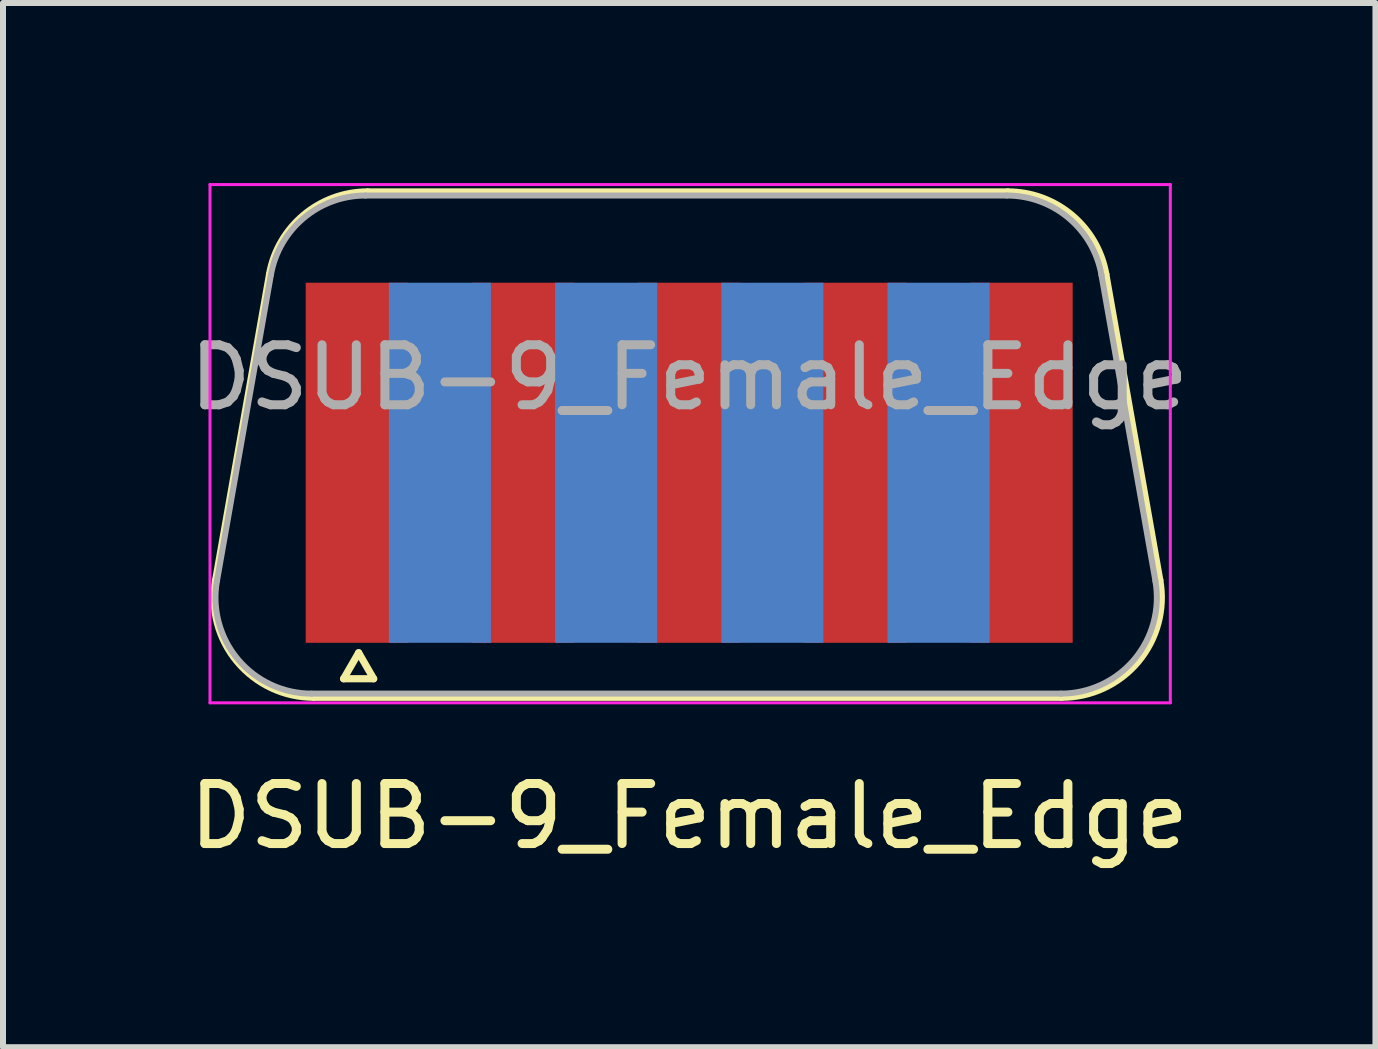
<source format=kicad_pcb>
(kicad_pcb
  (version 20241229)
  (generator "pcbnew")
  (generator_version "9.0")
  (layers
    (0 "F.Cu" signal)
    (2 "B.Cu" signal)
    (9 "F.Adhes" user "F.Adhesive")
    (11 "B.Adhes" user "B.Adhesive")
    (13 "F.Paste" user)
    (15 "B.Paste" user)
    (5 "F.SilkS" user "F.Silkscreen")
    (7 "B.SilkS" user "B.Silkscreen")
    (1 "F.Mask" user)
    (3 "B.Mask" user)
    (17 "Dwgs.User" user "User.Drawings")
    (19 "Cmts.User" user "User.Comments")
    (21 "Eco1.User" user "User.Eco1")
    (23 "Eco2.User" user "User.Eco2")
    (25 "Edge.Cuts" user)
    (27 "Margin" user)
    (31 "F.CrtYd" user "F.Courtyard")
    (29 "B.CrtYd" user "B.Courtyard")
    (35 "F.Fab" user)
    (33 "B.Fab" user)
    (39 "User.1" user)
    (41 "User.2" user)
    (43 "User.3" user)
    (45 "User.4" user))
  (footprint "DSUB-9_Female_Edge"
    (layer "F.Cu")
    (at 8.45 4.597)
    (property "Reference" "DSUB-9_Female_Edge" (at -0.015 5.954 180) (layer "F.SilkS") (effects (font (size 1 1) (thickness 0.15))))
    (attr through_hole)
    (fp_line (start -7.907 2.023) (end -7.008 -3.077) (stroke (width 0.12) (type solid)) (layer "F.SilkS"))
    (fp_line (start -5.774 3.663) (end -5.524 3.23) (stroke (width 0.12) (type solid)) (layer "F.SilkS"))
    (fp_line (start -5.524 3.23) (end -5.274 3.663) (stroke (width 0.12) (type solid)) (layer "F.SilkS"))
    (fp_line (start -5.274 3.663) (end -5.774 3.663) (stroke (width 0.12) (type solid)) (layer "F.SilkS"))
    (fp_line (start 5.292 -4.449) (end -5.373 -4.449) (stroke (width 0.12) (type solid)) (layer "F.SilkS"))
    (fp_line (start 6.191 3.971) (end -6.273 3.971) (stroke (width 0.12) (type solid)) (layer "F.SilkS"))
    (fp_line (start 7.826 2.023) (end 6.926 -3.077) (stroke (width 0.12) (type solid)) (layer "F.SilkS"))
    (fp_arc (start -7.008102 -3.077156) (mid -6.440349 -4.060534) (end -5.373321 -4.4489) (stroke (width 0.12) (type solid)) (layer "F.SilkS"))
    (fp_arc (start -6.272589 3.9711) (mid -7.544223 3.378127) (end -7.90737 2.022844) (stroke (width 0.12) (type solid)) (layer "F.SilkS"))
    (fp_arc (start 5.291521 -4.4489) (mid 6.358548 -4.060534) (end 6.926302 -3.077156) (stroke (width 0.12) (type solid)) (layer "F.SilkS"))
    (fp_arc (start 7.82557 2.022844) (mid 7.462423 3.378128) (end 6.190789 3.9711) (stroke (width 0.12) (type solid)) (layer "F.SilkS"))
    (fp_line (start -8.001 -4.572) (end -8.001 4.064) (stroke (width 0.05) (type solid)) (layer "F.CrtYd"))
    (fp_line (start -8.001 4.064) (end 8.001 4.064) (stroke (width 0.05) (type solid)) (layer "F.CrtYd"))
    (fp_line (start 8.001 -4.572) (end -8.001 -4.572) (stroke (width 0.05) (type solid)) (layer "F.CrtYd"))
    (fp_line (start 8.001 4.064) (end 8.001 -4.572) (stroke (width 0.05) (type solid)) (layer "F.CrtYd"))
    (fp_line (start -7.885 2.033) (end -6.986 -3.067) (stroke (width 0.1) (type solid)) (layer "F.Fab"))
    (fp_line (start 5.278 -4.389) (end -5.41 -4.389) (stroke (width 0.1) (type solid)) (layer "F.Fab"))
    (fp_line (start 6.177 3.911) (end -6.309 3.911) (stroke (width 0.1) (type solid)) (layer "F.Fab"))
    (fp_line (start 7.753 2.033) (end 6.853 -3.067) (stroke (width 0.1) (type solid)) (layer "F.Fab"))
    (fp_arc (start -6.985919 -3.066737) (mid -6.438687 -4.014571) (end -5.410227 -4.3889) (stroke (width 0.1) (type solid)) (layer "F.Fab"))
    (fp_arc (start -6.309494 3.9111) (mid -7.535165 3.33956) (end -7.885186 2.033263) (stroke (width 0.1) (type solid)) (layer "F.Fab"))
    (fp_arc (start 5.277627 -4.3889) (mid 6.306087 -4.014571) (end 6.853319 -3.066737) (stroke (width 0.1) (type solid)) (layer "F.Fab"))
    (fp_arc (start 7.752586 2.033263) (mid 7.402565 3.33956) (end 6.176894 3.9111) (stroke (width 0.1) (type solid)) (layer "F.Fab"))
    (fp_text user "${REFERENCE}" (at -0.015 -1.357 180) (layer "F.Fab") (effects (font (size 1 1) (thickness 0.15))))
    (pad "1" smd rect (at -5.556 0.064 180) (size 1.7 6) (layers "F.Cu" "F.Mask" "F.Paste"))
    (pad "2" smd rect (at -2.785 0.064 180) (size 1.7 6) (layers "F.Cu" "F.Mask" "F.Paste"))
    (pad "3" smd rect (at -0.015 0.064 180) (size 1.7 6) (layers "F.Cu" "F.Mask" "F.Paste"))
    (pad "4" smd rect (at 2.755 0.064 180) (size 1.7 6) (layers "F.Cu" "F.Mask" "F.Paste"))
    (pad "5" smd rect (at 5.524 0.064 180) (size 1.7 6) (layers "F.Cu" "F.Mask" "F.Paste"))
    (pad "6" smd rect (at -4.17 0.064 180) (size 1.7 6) (layers "B.Cu" "B.Mask" "B.Paste"))
    (pad "7" smd rect (at -1.401 0.064 180) (size 1.7 6) (layers "B.Cu" "B.Mask" "B.Paste"))
    (pad "8" smd rect (at 1.369 0.064 180) (size 1.7 6) (layers "B.Cu" "B.Mask" "B.Paste"))
    (pad "9" smd rect (at 4.139 0.064 180) (size 1.7 6) (layers "B.Cu" "B.Mask" "B.Paste")))
  (gr_rect
    (start -3 -3)
    (end 19.869 14.399)
    (stroke (width 0.1) (type default))
    (fill no)
    (layer "Edge.Cuts")))
</source>
